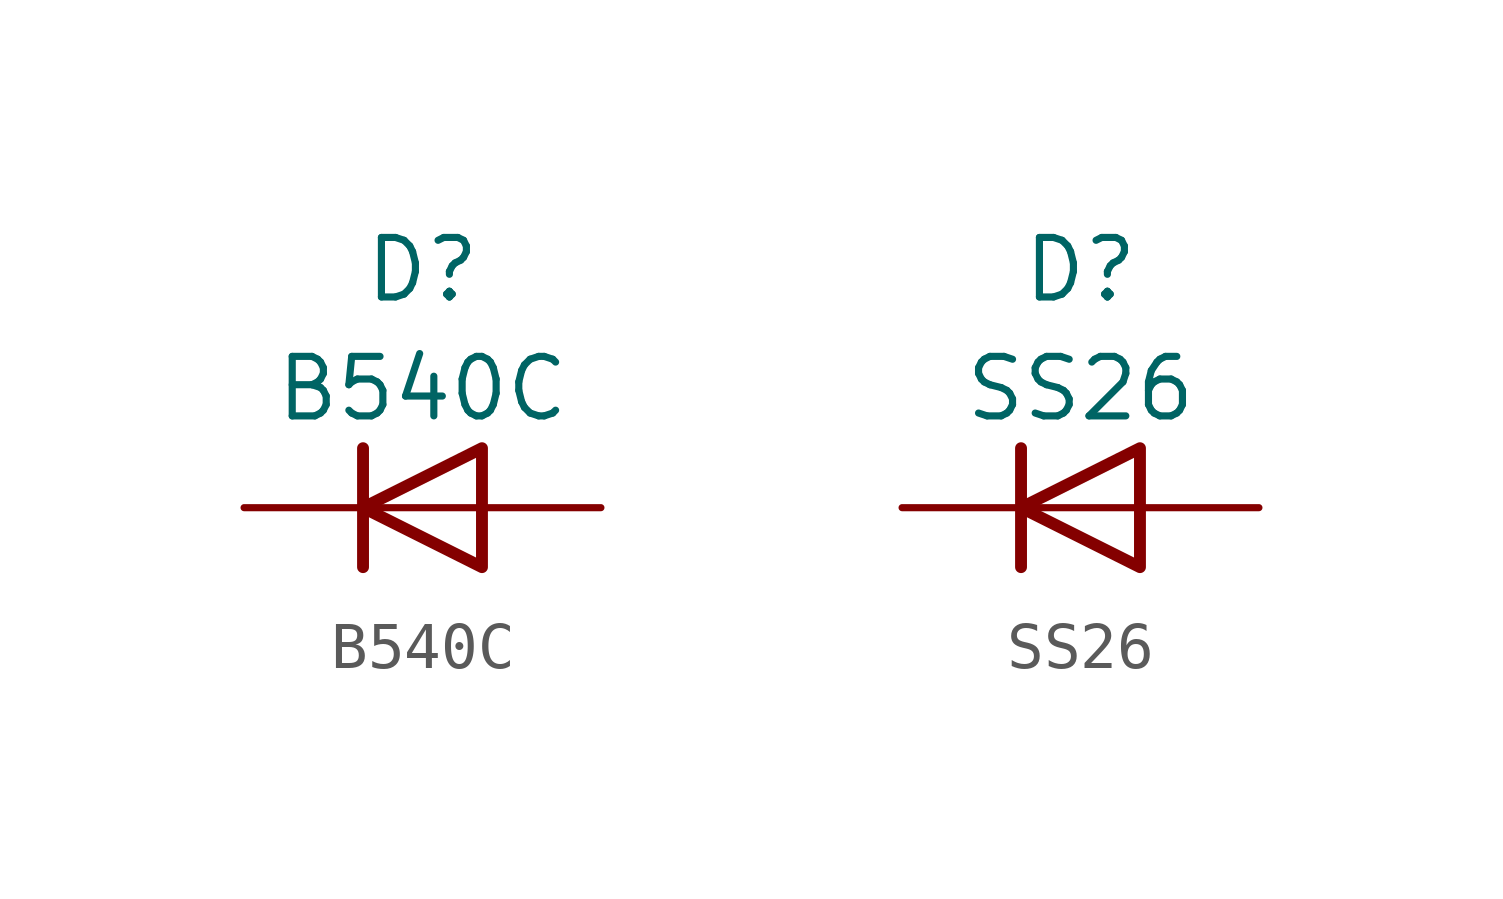
<source format=kicad_sym>
(kicad_symbol_lib
  (version 20220914)
  (generator kicad_symbol_editor)
  (symbol "B540C"
    (pin_numbers hide)
    (pin_names
      (offset 1.016) hide)
    (property "Reference" "D"
      (at 0 5.08 0)
      (effects (font (size 1.27 1.27))))
    (property "Value" "B540C"
      (at 0 2.54 0)
      (effects (font (size 1.27 1.27))))
    (symbol "B540C_0_1"
      (polyline (pts (xy -1.27 1.27) (xy -1.27 -1.27)) (stroke (width 0.254) (type default)) (fill (type none)))
      (polyline (pts (xy 1.27 0) (xy -1.27 0)) (stroke (width 0) (type default)) (fill (type none)))
      (polyline (pts (xy 1.27 1.27) (xy 1.27 -1.27) (xy -1.27 0) (xy 1.27 1.27)) (stroke (width 0.254) (type default)) (fill (type none))))
    (symbol "B540C_1_1"
      (pin passive line (at -3.81 0 0) (length 2.54) (name "K" (effects (font (size 1.27 1.27)))) (number "1" (effects (font (size 1.27 1.27)))))
      (pin passive line (at 3.81 0 180) (length 2.54) (name "A" (effects (font (size 1.27 1.27)))) (number "2" (effects (font (size 1.27 1.27)))))))
  (symbol "SS26"
    (pin_numbers hide)
    (pin_names
      (offset 1.016) hide)
    (property "Reference" "D"
      (at 0 5.08 0)
      (effects (font (size 1.27 1.27))))
    (property "Value" "SS26"
      (at 0 2.54 0)
      (effects (font (size 1.27 1.27))))
    (symbol "SS26_0_1"
      (polyline (pts (xy -1.27 1.27) (xy -1.27 -1.27)) (stroke (width 0.254) (type default)) (fill (type none)))
      (polyline (pts (xy 1.27 0) (xy -1.27 0)) (stroke (width 0) (type default)) (fill (type none)))
      (polyline (pts (xy 1.27 1.27) (xy 1.27 -1.27) (xy -1.27 0) (xy 1.27 1.27)) (stroke (width 0.254) (type default)) (fill (type none))))
    (symbol "SS26_1_1"
      (pin passive line (at -3.81 0 0) (length 2.54) (name "K" (effects (font (size 1.27 1.27)))) (number "1" (effects (font (size 1.27 1.27)))))
      (pin passive line (at 3.81 0 180) (length 2.54) (name "A" (effects (font (size 1.27 1.27)))) (number "2" (effects (font (size 1.27 1.27))))))))
</source>
